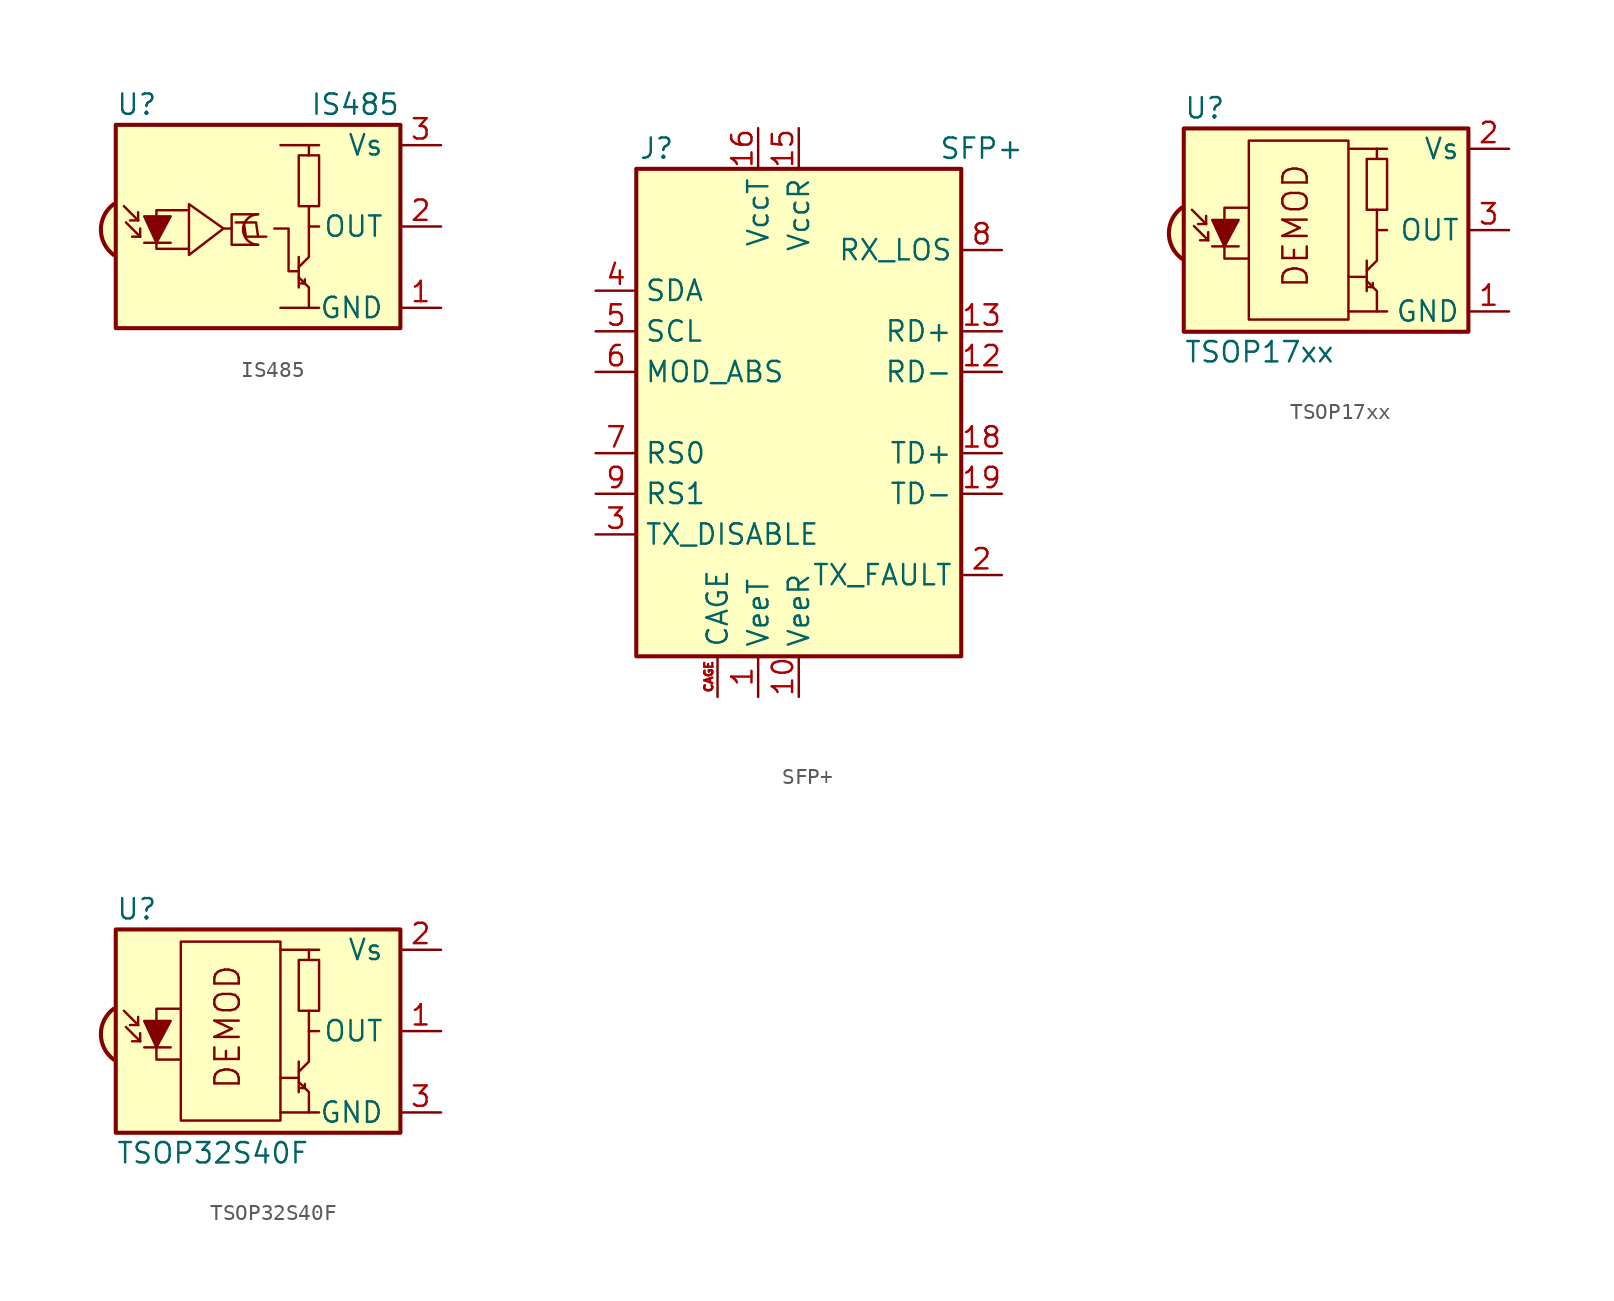
<source format=kicad_sym>
(kicad_symbol_lib
  (version 20220914)
  (generator kicad_symbol_editor)
  (symbol "IS485"
    (pin_names
      (offset 1.016))
    (property "Reference" "U"
      (at -10.16 7.62 0)
      (effects (font (size 1.27 1.27)) (justify left)))
    (property "Value" "IS485"
      (at 7.62 7.62 0)
      (effects (font (size 1.27 1.27)) (justify right)))
    (symbol "IS485_0_0"
      (arc (start -10.287 1.397) (mid -11.0899 -0.1852) (end -10.287 -1.778) (stroke (width 0.254) (type default)) (fill (type background)))
      (polyline (pts (xy 1.905 -5.08) (xy 0.127 -5.08)) (stroke (width 0) (type default)) (fill (type none)))
      (polyline (pts (xy 1.905 5.08) (xy 0.127 5.08)) (stroke (width 0) (type default)) (fill (type none))))
    (symbol "IS485_0_1"
      (arc (start -1.27 0.762) (mid -2.2099 -0.1905) (end -1.27 -1.143) (stroke (width 0) (type default)) (fill (type none)))
      (polyline (pts (xy -8.763 0.381) (xy -9.652 1.27)) (stroke (width 0) (type default)) (fill (type none)))
      (polyline (pts (xy -8.763 0.381) (xy -9.271 0.381)) (stroke (width 0) (type default)) (fill (type none)))
      (polyline (pts (xy -8.763 0.381) (xy -8.763 0.889)) (stroke (width 0) (type default)) (fill (type none)))
      (polyline (pts (xy -8.636 -0.635) (xy -9.525 0.254)) (stroke (width 0) (type default)) (fill (type none)))
      (polyline (pts (xy -8.636 -0.635) (xy -9.144 -0.635)) (stroke (width 0) (type default)) (fill (type none)))
      (polyline (pts (xy -8.636 -0.635) (xy -8.636 -0.127)) (stroke (width 0) (type default)) (fill (type none)))
      (polyline (pts (xy -8.382 -1.016) (xy -6.731 -1.016)) (stroke (width 0) (type default)) (fill (type none)))
      (polyline (pts (xy -3.429 -0.127) (xy -2.921 -0.127)) (stroke (width 0) (type default)) (fill (type none)))
      (polyline (pts (xy 1.27 -1.905) (xy 1.27 -3.81)) (stroke (width 0) (type default)) (fill (type none)))
      (polyline (pts (xy 1.397 -3.556) (xy 1.524 -3.556)) (stroke (width 0) (type default)) (fill (type none)))
      (polyline (pts (xy 1.651 -3.556) (xy 1.524 -3.556)) (stroke (width 0) (type default)) (fill (type none)))
      (polyline (pts (xy 1.651 -3.556) (xy 1.651 -3.302)) (stroke (width 0) (type default)) (fill (type none)))
      (polyline (pts (xy 1.905 0) (xy 1.905 1.27)) (stroke (width 0) (type default)) (fill (type none)))
      (polyline (pts (xy -2.667 0.254) (xy -1.397 0.254) (xy -1.27 -0.635)) (stroke (width 0) (type default)) (fill (type none)))
      (polyline (pts (xy -0.762 -0.635) (xy -2.032 -0.635) (xy -2.159 0.254)) (stroke (width 0) (type default)) (fill (type none)))
      (polyline (pts (xy 1.905 4.445) (xy 1.905 5.08) (xy 2.54 5.08)) (stroke (width 0) (type default)) (fill (type none)))
      (polyline (pts (xy -8.382 0.635) (xy -6.731 0.635) (xy -7.62 -1.016) (xy -8.382 0.635)) (stroke (width 0) (type default)) (fill (type outline)))
      (polyline (pts (xy -5.588 -1.397) (xy -7.62 -1.397) (xy -7.62 1.016) (xy -5.588 1.016)) (stroke (width 0) (type default)) (fill (type none)))
      (polyline (pts (xy -3.429 -0.127) (xy -5.588 1.397) (xy -5.588 -1.778) (xy -3.429 -0.127)) (stroke (width 0) (type default)) (fill (type none)))
      (polyline (pts (xy -1.27 0.762) (xy -2.921 0.762) (xy -2.921 -1.143) (xy -1.27 -1.143)) (stroke (width 0) (type default)) (fill (type none)))
      (polyline (pts (xy 1.27 -3.175) (xy 1.905 -3.81) (xy 1.905 -5.08) (xy 2.54 -5.08)) (stroke (width 0) (type default)) (fill (type none)))
      (polyline (pts (xy 1.27 -2.794) (xy 0.635 -2.794) (xy 0.635 -0.127) (xy -0.254 -0.127)) (stroke (width 0) (type default)) (fill (type none)))
      (polyline (pts (xy 1.27 -2.54) (xy 1.905 -1.905) (xy 1.905 0) (xy 2.54 0)) (stroke (width 0) (type default)) (fill (type none)))
      (rectangle (start 2.54 1.27) (end 1.27 4.445) (stroke (width 0) (type default)) (fill (type none)))
      (rectangle (start 7.62 6.35) (end -10.16 -6.35) (stroke (width 0.254) (type default)) (fill (type background))))
    (symbol "IS485_1_1"
      (pin power_in line (at 10.16 -5.08 180) (length 2.54) (name "GND" (effects (font (size 1.27 1.27)))) (number "1" (effects (font (size 1.27 1.27)))))
      (pin output line (at 10.16 0 180) (length 2.54) (name "OUT" (effects (font (size 1.27 1.27)))) (number "2" (effects (font (size 1.27 1.27)))))
      (pin power_in line (at 10.16 5.08 180) (length 2.54) (name "Vs" (effects (font (size 1.27 1.27)))) (number "3" (effects (font (size 1.27 1.27)))))))
  (symbol "SFP+"
    (property "Reference" "J"
      (at -8.89 16.51 0)
      (effects (font (size 1.27 1.27))))
    (property "Value" "SFP+"
      (at 11.43 16.51 0)
      (effects (font (size 1.27 1.27))))
    (symbol "SFP+_0_0"
      (rectangle (start -10.16 15.24) (end 10.16 -15.24) (stroke (width 0.254) (type default)) (fill (type background))))
    (symbol "SFP+_1_1"
      (pin power_in line (at -2.54 -17.78 90) (length 2.54) (name "VeeT" (effects (font (size 1.27 1.27)))) (number "1" (effects (font (size 1.27 1.27)))))
      (pin power_in line (at 0 -17.78 90) (length 2.54) (name "VeeR" (effects (font (size 1.27 1.27)))) (number "10" (effects (font (size 1.27 1.27)))))
      (pin passive line (at 0 -17.78 90) (length 2.54) hide (name "VeeR" (effects (font (size 1.27 1.27)))) (number "11" (effects (font (size 1.27 1.27)))))
      (pin output line (at 12.7 2.54 180) (length 2.54) (name "RD-" (effects (font (size 1.27 1.27)))) (number "12" (effects (font (size 1.27 1.27)))))
      (pin output line (at 12.7 5.08 180) (length 2.54) (name "RD+" (effects (font (size 1.27 1.27)))) (number "13" (effects (font (size 1.27 1.27)))))
      (pin passive line (at 0 -17.78 90) (length 2.54) hide (name "VeeR" (effects (font (size 1.27 1.27)))) (number "14" (effects (font (size 1.27 1.27)))))
      (pin power_in line (at 0 17.78 270) (length 2.54) (name "VccR" (effects (font (size 1.27 1.27)))) (number "15" (effects (font (size 1.27 1.27)))))
      (pin power_in line (at -2.54 17.78 270) (length 2.54) (name "VccT" (effects (font (size 1.27 1.27)))) (number "16" (effects (font (size 1.27 1.27)))))
      (pin passive line (at -2.54 -17.78 90) (length 2.54) hide (name "VeeT" (effects (font (size 1.27 1.27)))) (number "17" (effects (font (size 1.27 1.27)))))
      (pin input line (at 12.7 -2.54 180) (length 2.54) (name "TD+" (effects (font (size 1.27 1.27)))) (number "18" (effects (font (size 1.27 1.27)))))
      (pin input line (at 12.7 -5.08 180) (length 2.54) (name "TD-" (effects (font (size 1.27 1.27)))) (number "19" (effects (font (size 1.27 1.27)))))
      (pin open_collector line (at 12.7 -10.16 180) (length 2.54) (name "TX_FAULT" (effects (font (size 1.27 1.27)))) (number "2" (effects (font (size 1.27 1.27)))))
      (pin passive line (at -2.54 -17.78 90) (length 2.54) hide (name "VeeT" (effects (font (size 1.27 1.27)))) (number "20" (effects (font (size 1.27 1.27)))))
      (pin input line (at -12.7 -7.62 0) (length 2.54) (name "TX_DISABLE" (effects (font (size 1.27 1.27)))) (number "3" (effects (font (size 1.27 1.27)))))
      (pin bidirectional line (at -12.7 7.62 0) (length 2.54) (name "SDA" (effects (font (size 1.27 1.27)))) (number "4" (effects (font (size 1.27 1.27)))))
      (pin input line (at -12.7 5.08 0) (length 2.54) (name "SCL" (effects (font (size 1.27 1.27)))) (number "5" (effects (font (size 1.27 1.27)))))
      (pin passive line (at -12.7 2.54 0) (length 2.54) (name "MOD_ABS" (effects (font (size 1.27 1.27)))) (number "6" (effects (font (size 1.27 1.27)))))
      (pin input line (at -12.7 -2.54 0) (length 2.54) (name "RS0" (effects (font (size 1.27 1.27)))) (number "7" (effects (font (size 1.27 1.27)))))
      (pin open_collector line (at 12.7 10.16 180) (length 2.54) (name "RX_LOS" (effects (font (size 1.27 1.27)))) (number "8" (effects (font (size 1.27 1.27)))))
      (pin input line (at -12.7 -5.08 0) (length 2.54) (name "RS1" (effects (font (size 1.27 1.27)))) (number "9" (effects (font (size 1.27 1.27)))))
      (pin passive line (at -5.08 -17.78 90) (length 2.54) (name "CAGE" (effects (font (size 1.27 1.27)))) (number "CAGE" (effects (font (size 0.508 0.508)))))))
  (symbol "TSOP17xx"
    (property "Reference" "U"
      (at -10.16 7.62 0)
      (effects (font (size 1.27 1.27)) (justify left)))
    (property "Value" "TSOP17xx"
      (at -10.16 -7.62 0)
      (effects (font (size 1.27 1.27)) (justify left)))
    (symbol "TSOP17xx_0_0"
      (arc (start -10.287 1.397) (mid -11.0899 -0.1852) (end -10.287 -1.778) (stroke (width 0.254) (type default)) (fill (type background)))
      (polyline (pts (xy 1.905 -5.08) (xy 0.127 -5.08)) (stroke (width 0) (type default)) (fill (type none)))
      (polyline (pts (xy 1.905 5.08) (xy 0.127 5.08)) (stroke (width 0) (type default)) (fill (type none)))
      (text "DEMOD" (at -3.175 0.254 900) (effects (font (size 1.524 1.524)))))
    (symbol "TSOP17xx_0_1"
      (rectangle (start -6.096 5.588) (end 0.127 -5.588) (stroke (width 0) (type default)) (fill (type none)))
      (polyline (pts (xy -8.763 0.381) (xy -9.652 1.27)) (stroke (width 0) (type default)) (fill (type none)))
      (polyline (pts (xy -8.763 0.381) (xy -9.271 0.381)) (stroke (width 0) (type default)) (fill (type none)))
      (polyline (pts (xy -8.763 0.381) (xy -8.763 0.889)) (stroke (width 0) (type default)) (fill (type none)))
      (polyline (pts (xy -8.636 -0.635) (xy -9.525 0.254)) (stroke (width 0) (type default)) (fill (type none)))
      (polyline (pts (xy -8.636 -0.635) (xy -9.144 -0.635)) (stroke (width 0) (type default)) (fill (type none)))
      (polyline (pts (xy -8.636 -0.635) (xy -8.636 -0.127)) (stroke (width 0) (type default)) (fill (type none)))
      (polyline (pts (xy -8.382 -1.016) (xy -6.731 -1.016)) (stroke (width 0) (type default)) (fill (type none)))
      (polyline (pts (xy 1.27 -2.921) (xy 0.127 -2.921)) (stroke (width 0) (type default)) (fill (type none)))
      (polyline (pts (xy 1.27 -1.905) (xy 1.27 -3.81)) (stroke (width 0) (type default)) (fill (type none)))
      (polyline (pts (xy 1.397 -3.556) (xy 1.524 -3.556)) (stroke (width 0) (type default)) (fill (type none)))
      (polyline (pts (xy 1.651 -3.556) (xy 1.524 -3.556)) (stroke (width 0) (type default)) (fill (type none)))
      (polyline (pts (xy 1.651 -3.556) (xy 1.651 -3.302)) (stroke (width 0) (type default)) (fill (type none)))
      (polyline (pts (xy 1.905 0) (xy 1.905 1.27)) (stroke (width 0) (type default)) (fill (type none)))
      (polyline (pts (xy 1.905 4.445) (xy 1.905 5.08) (xy 2.54 5.08)) (stroke (width 0) (type default)) (fill (type none)))
      (polyline (pts (xy -8.382 0.635) (xy -6.731 0.635) (xy -7.62 -1.016) (xy -8.382 0.635)) (stroke (width 0) (type default)) (fill (type outline)))
      (polyline (pts (xy -6.096 1.397) (xy -7.62 1.397) (xy -7.62 -1.778) (xy -6.096 -1.778)) (stroke (width 0) (type default)) (fill (type none)))
      (polyline (pts (xy 1.27 -3.175) (xy 1.905 -3.81) (xy 1.905 -5.08) (xy 2.54 -5.08)) (stroke (width 0) (type default)) (fill (type none)))
      (polyline (pts (xy 1.27 -2.54) (xy 1.905 -1.905) (xy 1.905 0) (xy 2.54 0)) (stroke (width 0) (type default)) (fill (type none)))
      (rectangle (start 2.54 1.27) (end 1.27 4.445) (stroke (width 0) (type default)) (fill (type none)))
      (rectangle (start 7.62 6.35) (end -10.16 -6.35) (stroke (width 0.254) (type default)) (fill (type background))))
    (symbol "TSOP17xx_1_1"
      (pin power_in line (at 10.16 -5.08 180) (length 2.54) (name "GND" (effects (font (size 1.27 1.27)))) (number "1" (effects (font (size 1.27 1.27)))))
      (pin power_in line (at 10.16 5.08 180) (length 2.54) (name "Vs" (effects (font (size 1.27 1.27)))) (number "2" (effects (font (size 1.27 1.27)))))
      (pin output line (at 10.16 0 180) (length 2.54) (name "OUT" (effects (font (size 1.27 1.27)))) (number "3" (effects (font (size 1.27 1.27)))))))
  (symbol "TSOP32S40F"
    (pin_names
      (offset 1.016))
    (property "Reference" "U"
      (at -10.16 7.62 0)
      (effects (font (size 1.27 1.27)) (justify left)))
    (property "Value" "TSOP32S40F"
      (at -10.16 -7.62 0)
      (effects (font (size 1.27 1.27)) (justify left)))
    (symbol "TSOP32S40F_0_0"
      (arc (start -10.287 1.397) (mid -11.0899 -0.1852) (end -10.287 -1.778) (stroke (width 0.254) (type default)) (fill (type background)))
      (polyline (pts (xy 1.905 -5.08) (xy 0.127 -5.08)) (stroke (width 0) (type default)) (fill (type none)))
      (polyline (pts (xy 1.905 5.08) (xy 0.127 5.08)) (stroke (width 0) (type default)) (fill (type none)))
      (text "DEMOD" (at -3.175 0.254 900) (effects (font (size 1.524 1.524)))))
    (symbol "TSOP32S40F_0_1"
      (rectangle (start -6.096 5.588) (end 0.127 -5.588) (stroke (width 0) (type default)) (fill (type none)))
      (polyline (pts (xy -8.763 0.381) (xy -9.652 1.27)) (stroke (width 0) (type default)) (fill (type none)))
      (polyline (pts (xy -8.763 0.381) (xy -9.271 0.381)) (stroke (width 0) (type default)) (fill (type none)))
      (polyline (pts (xy -8.763 0.381) (xy -8.763 0.889)) (stroke (width 0) (type default)) (fill (type none)))
      (polyline (pts (xy -8.636 -0.635) (xy -9.525 0.254)) (stroke (width 0) (type default)) (fill (type none)))
      (polyline (pts (xy -8.636 -0.635) (xy -9.144 -0.635)) (stroke (width 0) (type default)) (fill (type none)))
      (polyline (pts (xy -8.636 -0.635) (xy -8.636 -0.127)) (stroke (width 0) (type default)) (fill (type none)))
      (polyline (pts (xy -8.382 -1.016) (xy -6.731 -1.016)) (stroke (width 0) (type default)) (fill (type none)))
      (polyline (pts (xy 1.27 -2.921) (xy 0.127 -2.921)) (stroke (width 0) (type default)) (fill (type none)))
      (polyline (pts (xy 1.27 -1.905) (xy 1.27 -3.81)) (stroke (width 0) (type default)) (fill (type none)))
      (polyline (pts (xy 1.397 -3.556) (xy 1.524 -3.556)) (stroke (width 0) (type default)) (fill (type none)))
      (polyline (pts (xy 1.651 -3.556) (xy 1.524 -3.556)) (stroke (width 0) (type default)) (fill (type none)))
      (polyline (pts (xy 1.651 -3.556) (xy 1.651 -3.302)) (stroke (width 0) (type default)) (fill (type none)))
      (polyline (pts (xy 1.905 0) (xy 1.905 1.27)) (stroke (width 0) (type default)) (fill (type none)))
      (polyline (pts (xy 1.905 4.445) (xy 1.905 5.08) (xy 2.54 5.08)) (stroke (width 0) (type default)) (fill (type none)))
      (polyline (pts (xy -8.382 0.635) (xy -6.731 0.635) (xy -7.62 -1.016) (xy -8.382 0.635)) (stroke (width 0) (type default)) (fill (type outline)))
      (polyline (pts (xy -6.096 1.397) (xy -7.62 1.397) (xy -7.62 -1.778) (xy -6.096 -1.778)) (stroke (width 0) (type default)) (fill (type none)))
      (polyline (pts (xy 1.27 -3.175) (xy 1.905 -3.81) (xy 1.905 -5.08) (xy 2.54 -5.08)) (stroke (width 0) (type default)) (fill (type none)))
      (polyline (pts (xy 1.27 -2.54) (xy 1.905 -1.905) (xy 1.905 0) (xy 2.54 0)) (stroke (width 0) (type default)) (fill (type none)))
      (rectangle (start 2.54 1.27) (end 1.27 4.445) (stroke (width 0) (type default)) (fill (type none)))
      (rectangle (start 7.62 6.35) (end -10.16 -6.35) (stroke (width 0.254) (type default)) (fill (type background))))
    (symbol "TSOP32S40F_1_1"
      (pin output line (at 10.16 0 180) (length 2.54) (name "OUT" (effects (font (size 1.27 1.27)))) (number "1" (effects (font (size 1.27 1.27)))))
      (pin power_in line (at 10.16 5.08 180) (length 2.54) (name "Vs" (effects (font (size 1.27 1.27)))) (number "2" (effects (font (size 1.27 1.27)))))
      (pin power_in line (at 10.16 -5.08 180) (length 2.54) (name "GND" (effects (font (size 1.27 1.27)))) (number "3" (effects (font (size 1.27 1.27))))))))
</source>
